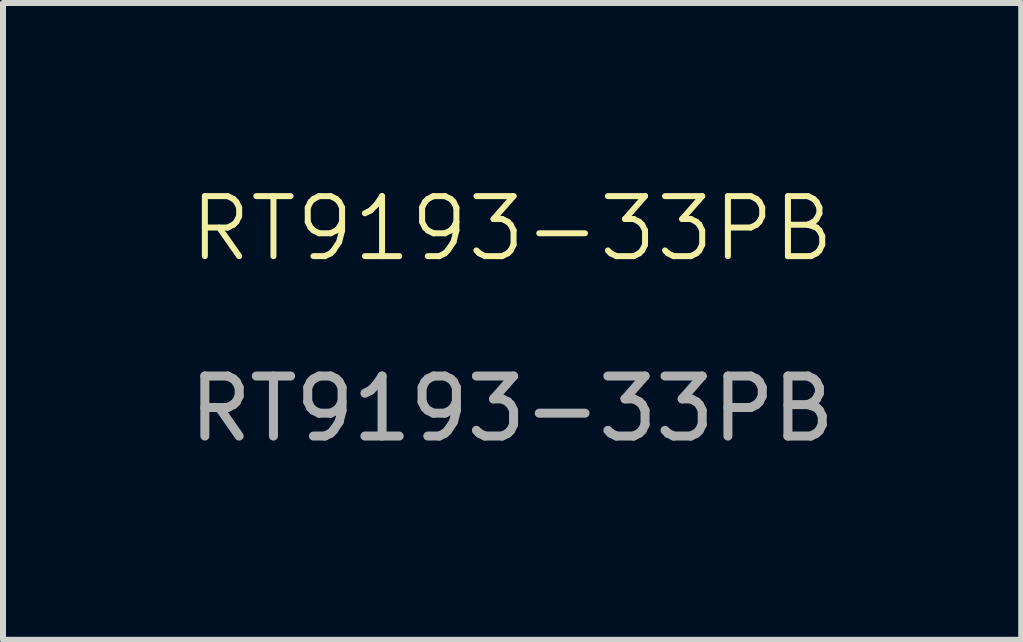
<source format=kicad_pcb>
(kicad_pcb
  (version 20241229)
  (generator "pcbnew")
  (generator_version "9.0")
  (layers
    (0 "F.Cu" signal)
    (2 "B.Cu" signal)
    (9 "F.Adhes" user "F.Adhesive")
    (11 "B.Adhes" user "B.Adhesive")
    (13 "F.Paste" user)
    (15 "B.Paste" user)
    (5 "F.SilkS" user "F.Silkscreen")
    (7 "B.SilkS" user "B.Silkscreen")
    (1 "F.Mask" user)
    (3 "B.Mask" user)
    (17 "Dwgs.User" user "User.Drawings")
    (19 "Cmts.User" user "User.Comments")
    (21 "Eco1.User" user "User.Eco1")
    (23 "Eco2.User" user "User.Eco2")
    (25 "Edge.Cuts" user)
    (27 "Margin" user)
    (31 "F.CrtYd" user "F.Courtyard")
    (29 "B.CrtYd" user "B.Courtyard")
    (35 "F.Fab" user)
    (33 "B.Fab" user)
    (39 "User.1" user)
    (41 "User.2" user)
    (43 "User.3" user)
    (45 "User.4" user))
  (footprint "RT9193-33PB"
    (layer "F.Cu")
    (at 5.482 1.26)
    (property "Reference" "RT9193-33PB" (at 0 -0.5 0) (unlocked yes) (layer "F.SilkS") (effects (font (size 1 1) (thickness 0.1))))
    (attr smd)
    (fp_text user "${REFERENCE}" (at 0 2.5 0) (unlocked yes) (layer "F.Fab") (effects (font (size 1 1) (thickness 0.15)))))
  (gr_rect
    (start -3 -3)
    (end 13.964 7.609)
    (stroke (width 0.1) (type default))
    (fill no)
    (layer "Edge.Cuts")))
</source>
